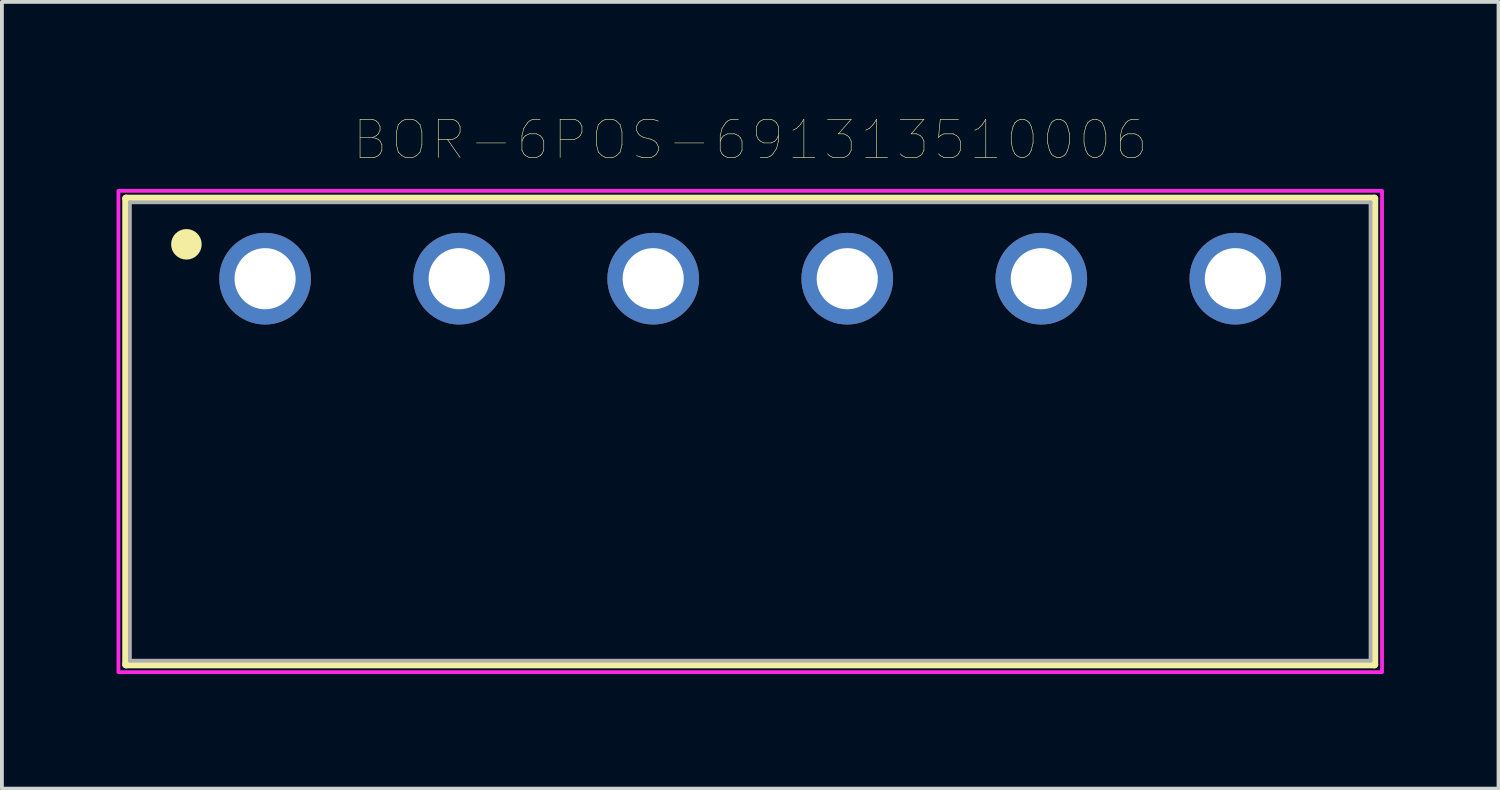
<source format=kicad_pcb>
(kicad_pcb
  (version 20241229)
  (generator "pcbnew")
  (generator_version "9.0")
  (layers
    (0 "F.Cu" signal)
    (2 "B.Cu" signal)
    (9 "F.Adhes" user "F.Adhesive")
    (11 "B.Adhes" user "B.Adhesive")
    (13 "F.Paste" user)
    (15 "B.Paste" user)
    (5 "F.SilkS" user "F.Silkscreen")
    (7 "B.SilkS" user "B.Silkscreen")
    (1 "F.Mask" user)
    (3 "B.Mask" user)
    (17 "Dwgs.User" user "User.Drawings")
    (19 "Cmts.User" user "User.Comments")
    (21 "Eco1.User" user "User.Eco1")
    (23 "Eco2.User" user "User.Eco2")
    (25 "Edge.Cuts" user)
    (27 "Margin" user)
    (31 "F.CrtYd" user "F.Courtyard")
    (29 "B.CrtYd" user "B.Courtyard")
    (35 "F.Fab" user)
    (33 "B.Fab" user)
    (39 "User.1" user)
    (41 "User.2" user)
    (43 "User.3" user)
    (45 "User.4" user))
  (footprint "BOR-6POS-691313510006"
    (layer "F.Cu")
    (at 16.59 4.246)
    (property "Reference" "BOR-6POS-691313510006" (at 0 -3.635 0) (layer "F.SilkS") (effects (font (size 1 1) (thickness 0.015))))
    (attr through_hole)
    (fp_line (start -16.34 -2.1) (end 16.34 -2.1) (stroke (width 0.2) (type solid)) (layer "F.SilkS"))
    (fp_line (start -16.34 10.1) (end -16.34 -2.1) (stroke (width 0.2) (type solid)) (layer "F.SilkS"))
    (fp_line (start 16.34 -2.1) (end 16.34 10.1) (stroke (width 0.2) (type solid)) (layer "F.SilkS"))
    (fp_line (start 16.34 10.1) (end -16.34 10.1) (stroke (width 0.2) (type solid)) (layer "F.SilkS"))
    (fp_circle (center -14.76 -0.9) (end -14.56 -0.9) (stroke (width 0.4) (type solid)) (fill no) (layer "F.SilkS"))
    (fp_poly (pts (xy -16.54 -2.3) (xy 16.54 -2.3) (xy 16.54 10.3) (xy -16.54 10.3)) (stroke (width 0.1) (type solid)) (fill no) (layer "F.CrtYd"))
    (fp_line (start -16.24 -2) (end -16.24 10) (stroke (width 0.1) (type solid)) (layer "F.Fab"))
    (fp_line (start -16.24 10) (end 16.24 10) (stroke (width 0.1) (type solid)) (layer "F.Fab"))
    (fp_line (start 16.24 -2) (end -16.24 -2) (stroke (width 0.1) (type solid)) (layer "F.Fab"))
    (fp_line (start 16.24 10) (end 16.24 -2) (stroke (width 0.1) (type solid)) (layer "F.Fab"))
    (pad "1" thru_hole circle (at -12.7 0) (size 2.4 2.4) (drill 1.6) (layers "*.Cu" "*.Mask"))
    (pad "2" thru_hole circle (at -7.62 0) (size 2.4 2.4) (drill 1.6) (layers "*.Cu" "*.Mask"))
    (pad "3" thru_hole circle (at -2.54 0) (size 2.4 2.4) (drill 1.6) (layers "*.Cu" "*.Mask"))
    (pad "4" thru_hole circle (at 2.54 0) (size 2.4 2.4) (drill 1.6) (layers "*.Cu" "*.Mask"))
    (pad "5" thru_hole circle (at 7.62 0) (size 2.4 2.4) (drill 1.6) (layers "*.Cu" "*.Mask"))
    (pad "6" thru_hole circle (at 12.7 0) (size 2.4 2.4) (drill 1.6) (layers "*.Cu" "*.Mask")))
  (gr_rect
    (start -3 -3)
    (end 36.18 17.596)
    (stroke (width 0.1) (type default))
    (fill no)
    (layer "Edge.Cuts")))
</source>
